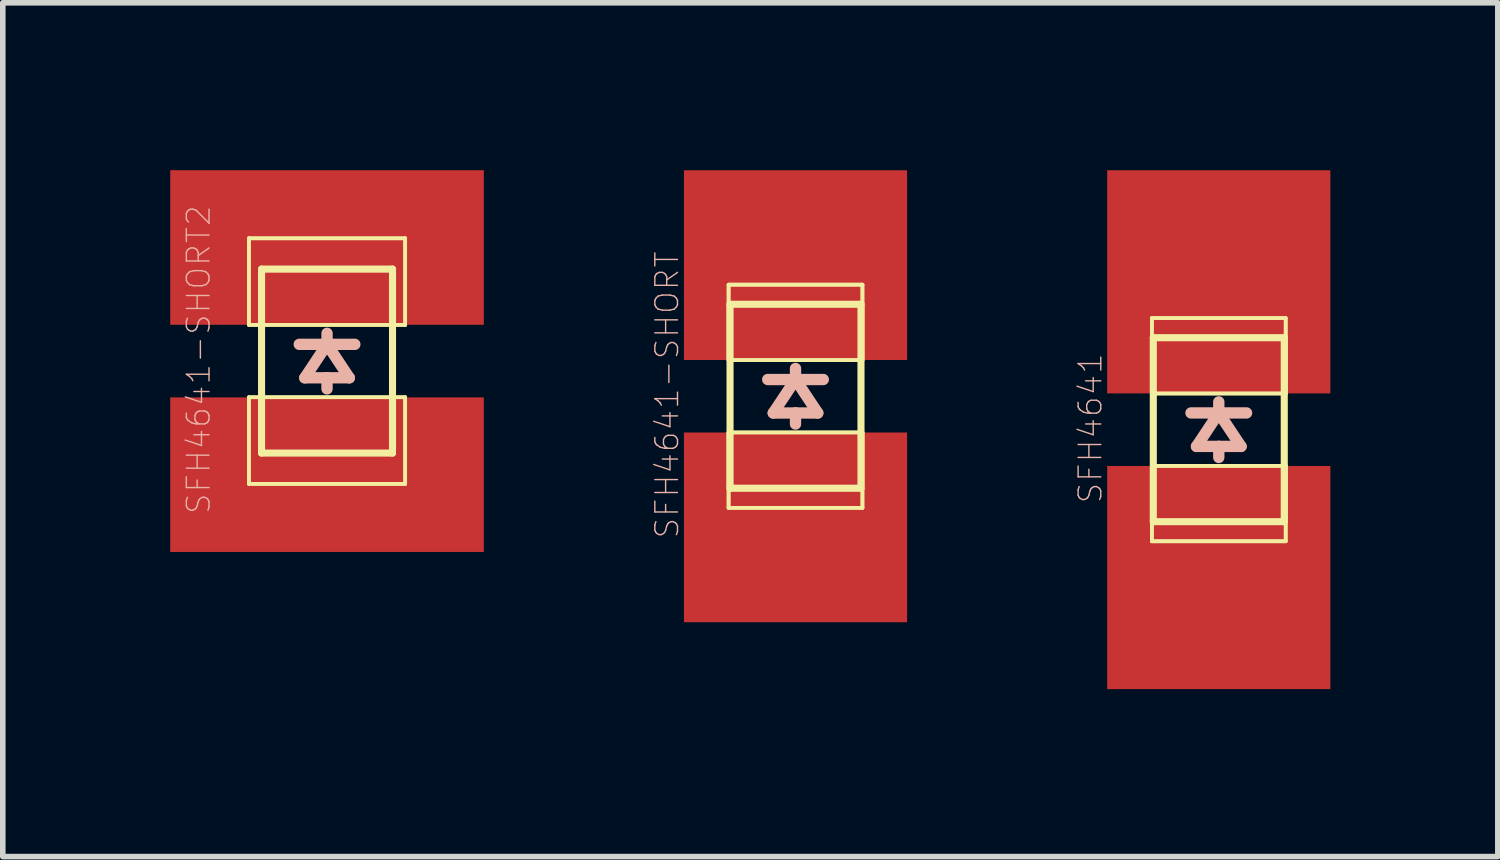
<source format=kicad_pcb>
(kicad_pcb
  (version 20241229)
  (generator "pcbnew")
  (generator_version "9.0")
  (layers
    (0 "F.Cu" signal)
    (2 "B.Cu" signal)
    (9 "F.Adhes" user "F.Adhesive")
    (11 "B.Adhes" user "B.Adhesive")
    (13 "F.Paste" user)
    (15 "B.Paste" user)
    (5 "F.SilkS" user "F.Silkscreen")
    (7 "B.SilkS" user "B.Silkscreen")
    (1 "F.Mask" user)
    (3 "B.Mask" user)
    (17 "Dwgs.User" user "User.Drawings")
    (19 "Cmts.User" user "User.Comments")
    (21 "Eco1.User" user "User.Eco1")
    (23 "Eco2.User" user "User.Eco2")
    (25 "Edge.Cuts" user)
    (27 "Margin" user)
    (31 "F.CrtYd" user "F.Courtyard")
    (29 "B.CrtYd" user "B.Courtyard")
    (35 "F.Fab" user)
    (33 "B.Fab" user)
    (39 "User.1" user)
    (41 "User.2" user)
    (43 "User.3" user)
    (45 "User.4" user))
  (footprint "SFH4641"
    (layer "F.Cu")
    (at 18.785 4.648)
    (property "Reference" "SFH4641" (at -2.301 -0.025 90) (layer "B.SilkS") (effects (font (size 0.406 0.406) (thickness 0.025))))
    (attr smd)
    (fp_line (start -1.199 -1.999) (end 1.199 -1.999) (stroke (width 0.066) (type solid)) (layer "F.SilkS"))
    (fp_line (start -1.199 -1.999) (end 1.199 -1.999) (stroke (width 0.066) (type solid)) (layer "F.SilkS"))
    (fp_line (start -1.199 -0.648) (end -1.199 -1.999) (stroke (width 0.066) (type solid)) (layer "F.SilkS"))
    (fp_line (start -1.199 -0.648) (end -1.199 -1.999) (stroke (width 0.066) (type solid)) (layer "F.SilkS"))
    (fp_line (start -1.199 -0.648) (end 1.199 -0.648) (stroke (width 0.066) (type solid)) (layer "F.SilkS"))
    (fp_line (start -1.199 -0.648) (end 1.199 -0.648) (stroke (width 0.066) (type solid)) (layer "F.SilkS"))
    (fp_line (start -1.199 0.648) (end 1.199 0.648) (stroke (width 0.066) (type solid)) (layer "F.SilkS"))
    (fp_line (start -1.199 0.648) (end 1.199 0.648) (stroke (width 0.066) (type solid)) (layer "F.SilkS"))
    (fp_line (start -1.199 1.999) (end -1.199 0.648) (stroke (width 0.066) (type solid)) (layer "F.SilkS"))
    (fp_line (start -1.199 1.999) (end -1.199 0.648) (stroke (width 0.066) (type solid)) (layer "F.SilkS"))
    (fp_line (start -1.199 1.999) (end 1.199 1.999) (stroke (width 0.066) (type solid)) (layer "F.SilkS"))
    (fp_line (start -1.199 1.999) (end 1.199 1.999) (stroke (width 0.066) (type solid)) (layer "F.SilkS"))
    (fp_line (start -1.173 -1.648) (end -1.173 1.648) (stroke (width 0.127) (type solid)) (layer "F.SilkS"))
    (fp_line (start -1.173 1.648) (end 1.173 1.648) (stroke (width 0.127) (type solid)) (layer "F.SilkS"))
    (fp_line (start -0.498 -0.3) (end 0 -0.3) (stroke (width 0.127) (type solid)) (layer "F.SilkS"))
    (fp_line (start -0.399 0.3) (end 0 0.3) (stroke (width 0.127) (type solid)) (layer "F.SilkS"))
    (fp_line (start 0 -0.498) (end 0 -0.3) (stroke (width 0.127) (type solid)) (layer "F.SilkS"))
    (fp_line (start 0 -0.3) (end -0.399 0.3) (stroke (width 0.127) (type solid)) (layer "F.SilkS"))
    (fp_line (start 0 -0.3) (end 0.498 -0.3) (stroke (width 0.127) (type solid)) (layer "F.SilkS"))
    (fp_line (start 0 0.3) (end 0 0.498) (stroke (width 0.127) (type solid)) (layer "F.SilkS"))
    (fp_line (start 0 0.3) (end 0.399 0.3) (stroke (width 0.127) (type solid)) (layer "F.SilkS"))
    (fp_line (start 0.399 0.3) (end 0 -0.3) (stroke (width 0.127) (type solid)) (layer "F.SilkS"))
    (fp_line (start 1.173 -1.648) (end -1.173 -1.648) (stroke (width 0.127) (type solid)) (layer "F.SilkS"))
    (fp_line (start 1.173 1.648) (end 1.173 -1.648) (stroke (width 0.127) (type solid)) (layer "F.SilkS"))
    (fp_line (start 1.199 -0.648) (end 1.199 -1.999) (stroke (width 0.066) (type solid)) (layer "F.SilkS"))
    (fp_line (start 1.199 -0.648) (end 1.199 -1.999) (stroke (width 0.066) (type solid)) (layer "F.SilkS"))
    (fp_line (start 1.199 1.999) (end 1.199 0.648) (stroke (width 0.066) (type solid)) (layer "F.SilkS"))
    (fp_line (start 1.199 1.999) (end 1.199 0.648) (stroke (width 0.066) (type solid)) (layer "F.SilkS"))
    (fp_line (start -0.498 -0.3) (end 0 -0.3) (stroke (width 0.203) (type solid)) (layer "B.SilkS"))
    (fp_line (start -0.399 0.3) (end 0 0.3) (stroke (width 0.203) (type solid)) (layer "B.SilkS"))
    (fp_line (start 0 -0.3) (end -0.399 0.3) (stroke (width 0.203) (type solid)) (layer "B.SilkS"))
    (fp_line (start 0 -0.3) (end 0 -0.498) (stroke (width 0.203) (type solid)) (layer "B.SilkS"))
    (fp_line (start 0 -0.3) (end 0.399 0.3) (stroke (width 0.203) (type solid)) (layer "B.SilkS"))
    (fp_line (start 0 -0.3) (end 0.498 -0.3) (stroke (width 0.203) (type solid)) (layer "B.SilkS"))
    (fp_line (start 0 0.3) (end 0.399 0.3) (stroke (width 0.203) (type solid)) (layer "B.SilkS"))
    (fp_line (start 0 0.498) (end 0 0.3) (stroke (width 0.203) (type solid)) (layer "B.SilkS"))
    (pad "A" smd rect (at 0 2.649 180) (size 3.998 3.998) (layers "F.Cu" "F.Mask" "F.Paste"))
    (pad "C" smd rect (at 0 -2.649) (size 3.998 3.998) (layers "F.Cu" "F.Mask" "F.Paste")))
  (footprint "SFH4641-SHORT2"
    (layer "F.Cu")
    (at 2.809 3.419)
    (property "Reference" "SFH4641-SHORT2" (at -2.301 -0.025 90) (layer "B.SilkS") (effects (font (size 0.406 0.406) (thickness 0.025))))
    (attr smd)
    (fp_line (start -1.4 -2.2) (end 1.4 -2.2) (stroke (width 0.066) (type solid)) (layer "F.SilkS"))
    (fp_line (start -1.4 -2.2) (end 1.4 -2.2) (stroke (width 0.066) (type solid)) (layer "F.SilkS"))
    (fp_line (start -1.4 -0.648) (end -1.4 -2.2) (stroke (width 0.066) (type solid)) (layer "F.SilkS"))
    (fp_line (start -1.4 -0.648) (end -1.4 -2.2) (stroke (width 0.066) (type solid)) (layer "F.SilkS"))
    (fp_line (start -1.4 -0.648) (end 1.4 -0.648) (stroke (width 0.066) (type solid)) (layer "F.SilkS"))
    (fp_line (start -1.4 -0.648) (end 1.4 -0.648) (stroke (width 0.066) (type solid)) (layer "F.SilkS"))
    (fp_line (start -1.4 0.648) (end 1.4 0.648) (stroke (width 0.066) (type solid)) (layer "F.SilkS"))
    (fp_line (start -1.4 0.648) (end 1.4 0.648) (stroke (width 0.066) (type solid)) (layer "F.SilkS"))
    (fp_line (start -1.4 2.2) (end -1.4 0.648) (stroke (width 0.066) (type solid)) (layer "F.SilkS"))
    (fp_line (start -1.4 2.2) (end -1.4 0.648) (stroke (width 0.066) (type solid)) (layer "F.SilkS"))
    (fp_line (start -1.4 2.2) (end 1.4 2.2) (stroke (width 0.066) (type solid)) (layer "F.SilkS"))
    (fp_line (start -1.4 2.2) (end 1.4 2.2) (stroke (width 0.066) (type solid)) (layer "F.SilkS"))
    (fp_line (start -1.173 -1.648) (end -1.173 1.648) (stroke (width 0.127) (type solid)) (layer "F.SilkS"))
    (fp_line (start -1.173 1.648) (end 1.173 1.648) (stroke (width 0.127) (type solid)) (layer "F.SilkS"))
    (fp_line (start -0.498 -0.3) (end 0 -0.3) (stroke (width 0.127) (type solid)) (layer "F.SilkS"))
    (fp_line (start -0.399 0.3) (end 0 0.3) (stroke (width 0.127) (type solid)) (layer "F.SilkS"))
    (fp_line (start 0 -0.498) (end 0 -0.3) (stroke (width 0.127) (type solid)) (layer "F.SilkS"))
    (fp_line (start 0 -0.3) (end -0.399 0.3) (stroke (width 0.127) (type solid)) (layer "F.SilkS"))
    (fp_line (start 0 -0.3) (end 0.498 -0.3) (stroke (width 0.127) (type solid)) (layer "F.SilkS"))
    (fp_line (start 0 0.3) (end 0 0.498) (stroke (width 0.127) (type solid)) (layer "F.SilkS"))
    (fp_line (start 0 0.3) (end 0.399 0.3) (stroke (width 0.127) (type solid)) (layer "F.SilkS"))
    (fp_line (start 0.399 0.3) (end 0 -0.3) (stroke (width 0.127) (type solid)) (layer "F.SilkS"))
    (fp_line (start 1.173 -1.648) (end -1.173 -1.648) (stroke (width 0.127) (type solid)) (layer "F.SilkS"))
    (fp_line (start 1.173 1.648) (end 1.173 -1.648) (stroke (width 0.127) (type solid)) (layer "F.SilkS"))
    (fp_line (start 1.4 -0.648) (end 1.4 -2.2) (stroke (width 0.066) (type solid)) (layer "F.SilkS"))
    (fp_line (start 1.4 -0.648) (end 1.4 -2.2) (stroke (width 0.066) (type solid)) (layer "F.SilkS"))
    (fp_line (start 1.4 2.2) (end 1.4 0.648) (stroke (width 0.066) (type solid)) (layer "F.SilkS"))
    (fp_line (start 1.4 2.2) (end 1.4 0.648) (stroke (width 0.066) (type solid)) (layer "F.SilkS"))
    (fp_line (start -0.498 -0.3) (end 0 -0.3) (stroke (width 0.203) (type solid)) (layer "B.SilkS"))
    (fp_line (start -0.399 0.3) (end 0 0.3) (stroke (width 0.203) (type solid)) (layer "B.SilkS"))
    (fp_line (start 0 -0.3) (end -0.399 0.3) (stroke (width 0.203) (type solid)) (layer "B.SilkS"))
    (fp_line (start 0 -0.3) (end 0 -0.498) (stroke (width 0.203) (type solid)) (layer "B.SilkS"))
    (fp_line (start 0 -0.3) (end 0.399 0.3) (stroke (width 0.203) (type solid)) (layer "B.SilkS"))
    (fp_line (start 0 -0.3) (end 0.498 -0.3) (stroke (width 0.203) (type solid)) (layer "B.SilkS"))
    (fp_line (start 0 0.3) (end 0.399 0.3) (stroke (width 0.203) (type solid)) (layer "B.SilkS"))
    (fp_line (start 0 0.498) (end 0 0.3) (stroke (width 0.203) (type solid)) (layer "B.SilkS"))
    (pad "A" smd rect (at 0 2.035 180) (size 5.618 2.769) (layers "F.Cu" "F.Mask" "F.Paste"))
    (pad "C" smd rect (at 0 -2.035) (size 5.618 2.769) (layers "F.Cu" "F.Mask" "F.Paste")))
  (footprint "SFH4641-SHORT"
    (layer "F.Cu")
    (at 11.202 4.049)
    (property "Reference" "SFH4641-SHORT" (at -2.301 -0.025 90) (layer "B.SilkS") (effects (font (size 0.406 0.406) (thickness 0.025))))
    (attr smd)
    (fp_line (start -1.199 -1.999) (end 1.199 -1.999) (stroke (width 0.066) (type solid)) (layer "F.SilkS"))
    (fp_line (start -1.199 -1.999) (end 1.199 -1.999) (stroke (width 0.066) (type solid)) (layer "F.SilkS"))
    (fp_line (start -1.199 -0.648) (end -1.199 -1.999) (stroke (width 0.066) (type solid)) (layer "F.SilkS"))
    (fp_line (start -1.199 -0.648) (end -1.199 -1.999) (stroke (width 0.066) (type solid)) (layer "F.SilkS"))
    (fp_line (start -1.199 -0.648) (end 1.199 -0.648) (stroke (width 0.066) (type solid)) (layer "F.SilkS"))
    (fp_line (start -1.199 -0.648) (end 1.199 -0.648) (stroke (width 0.066) (type solid)) (layer "F.SilkS"))
    (fp_line (start -1.199 0.648) (end 1.199 0.648) (stroke (width 0.066) (type solid)) (layer "F.SilkS"))
    (fp_line (start -1.199 0.648) (end 1.199 0.648) (stroke (width 0.066) (type solid)) (layer "F.SilkS"))
    (fp_line (start -1.199 1.999) (end -1.199 0.648) (stroke (width 0.066) (type solid)) (layer "F.SilkS"))
    (fp_line (start -1.199 1.999) (end -1.199 0.648) (stroke (width 0.066) (type solid)) (layer "F.SilkS"))
    (fp_line (start -1.199 1.999) (end 1.199 1.999) (stroke (width 0.066) (type solid)) (layer "F.SilkS"))
    (fp_line (start -1.199 1.999) (end 1.199 1.999) (stroke (width 0.066) (type solid)) (layer "F.SilkS"))
    (fp_line (start -1.173 -1.648) (end -1.173 1.648) (stroke (width 0.127) (type solid)) (layer "F.SilkS"))
    (fp_line (start -1.173 1.648) (end 1.173 1.648) (stroke (width 0.127) (type solid)) (layer "F.SilkS"))
    (fp_line (start -0.498 -0.3) (end 0 -0.3) (stroke (width 0.127) (type solid)) (layer "F.SilkS"))
    (fp_line (start -0.399 0.3) (end 0 0.3) (stroke (width 0.127) (type solid)) (layer "F.SilkS"))
    (fp_line (start 0 -0.498) (end 0 -0.3) (stroke (width 0.127) (type solid)) (layer "F.SilkS"))
    (fp_line (start 0 -0.3) (end -0.399 0.3) (stroke (width 0.127) (type solid)) (layer "F.SilkS"))
    (fp_line (start 0 -0.3) (end 0.498 -0.3) (stroke (width 0.127) (type solid)) (layer "F.SilkS"))
    (fp_line (start 0 0.3) (end 0 0.498) (stroke (width 0.127) (type solid)) (layer "F.SilkS"))
    (fp_line (start 0 0.3) (end 0.399 0.3) (stroke (width 0.127) (type solid)) (layer "F.SilkS"))
    (fp_line (start 0.399 0.3) (end 0 -0.3) (stroke (width 0.127) (type solid)) (layer "F.SilkS"))
    (fp_line (start 1.173 -1.648) (end -1.173 -1.648) (stroke (width 0.127) (type solid)) (layer "F.SilkS"))
    (fp_line (start 1.173 1.648) (end 1.173 -1.648) (stroke (width 0.127) (type solid)) (layer "F.SilkS"))
    (fp_line (start 1.199 -0.648) (end 1.199 -1.999) (stroke (width 0.066) (type solid)) (layer "F.SilkS"))
    (fp_line (start 1.199 -0.648) (end 1.199 -1.999) (stroke (width 0.066) (type solid)) (layer "F.SilkS"))
    (fp_line (start 1.199 1.999) (end 1.199 0.648) (stroke (width 0.066) (type solid)) (layer "F.SilkS"))
    (fp_line (start 1.199 1.999) (end 1.199 0.648) (stroke (width 0.066) (type solid)) (layer "F.SilkS"))
    (fp_line (start -0.498 -0.3) (end 0 -0.3) (stroke (width 0.203) (type solid)) (layer "B.SilkS"))
    (fp_line (start -0.399 0.3) (end 0 0.3) (stroke (width 0.203) (type solid)) (layer "B.SilkS"))
    (fp_line (start 0 -0.3) (end -0.399 0.3) (stroke (width 0.203) (type solid)) (layer "B.SilkS"))
    (fp_line (start 0 -0.3) (end 0 -0.498) (stroke (width 0.203) (type solid)) (layer "B.SilkS"))
    (fp_line (start 0 -0.3) (end 0.399 0.3) (stroke (width 0.203) (type solid)) (layer "B.SilkS"))
    (fp_line (start 0 -0.3) (end 0.498 -0.3) (stroke (width 0.203) (type solid)) (layer "B.SilkS"))
    (fp_line (start 0 0.3) (end 0.399 0.3) (stroke (width 0.203) (type solid)) (layer "B.SilkS"))
    (fp_line (start 0 0.498) (end 0 0.3) (stroke (width 0.203) (type solid)) (layer "B.SilkS"))
    (pad "A" smd rect (at 0 2.349 180) (size 3.998 3.399) (layers "F.Cu" "F.Mask" "F.Paste"))
    (pad "C" smd rect (at 0 -2.349) (size 3.998 3.399) (layers "F.Cu" "F.Mask" "F.Paste")))
  (gr_rect
    (start -3 -3)
    (end 23.784 12.296)
    (stroke (width 0.1) (type default))
    (fill no)
    (layer "Edge.Cuts")))
</source>
